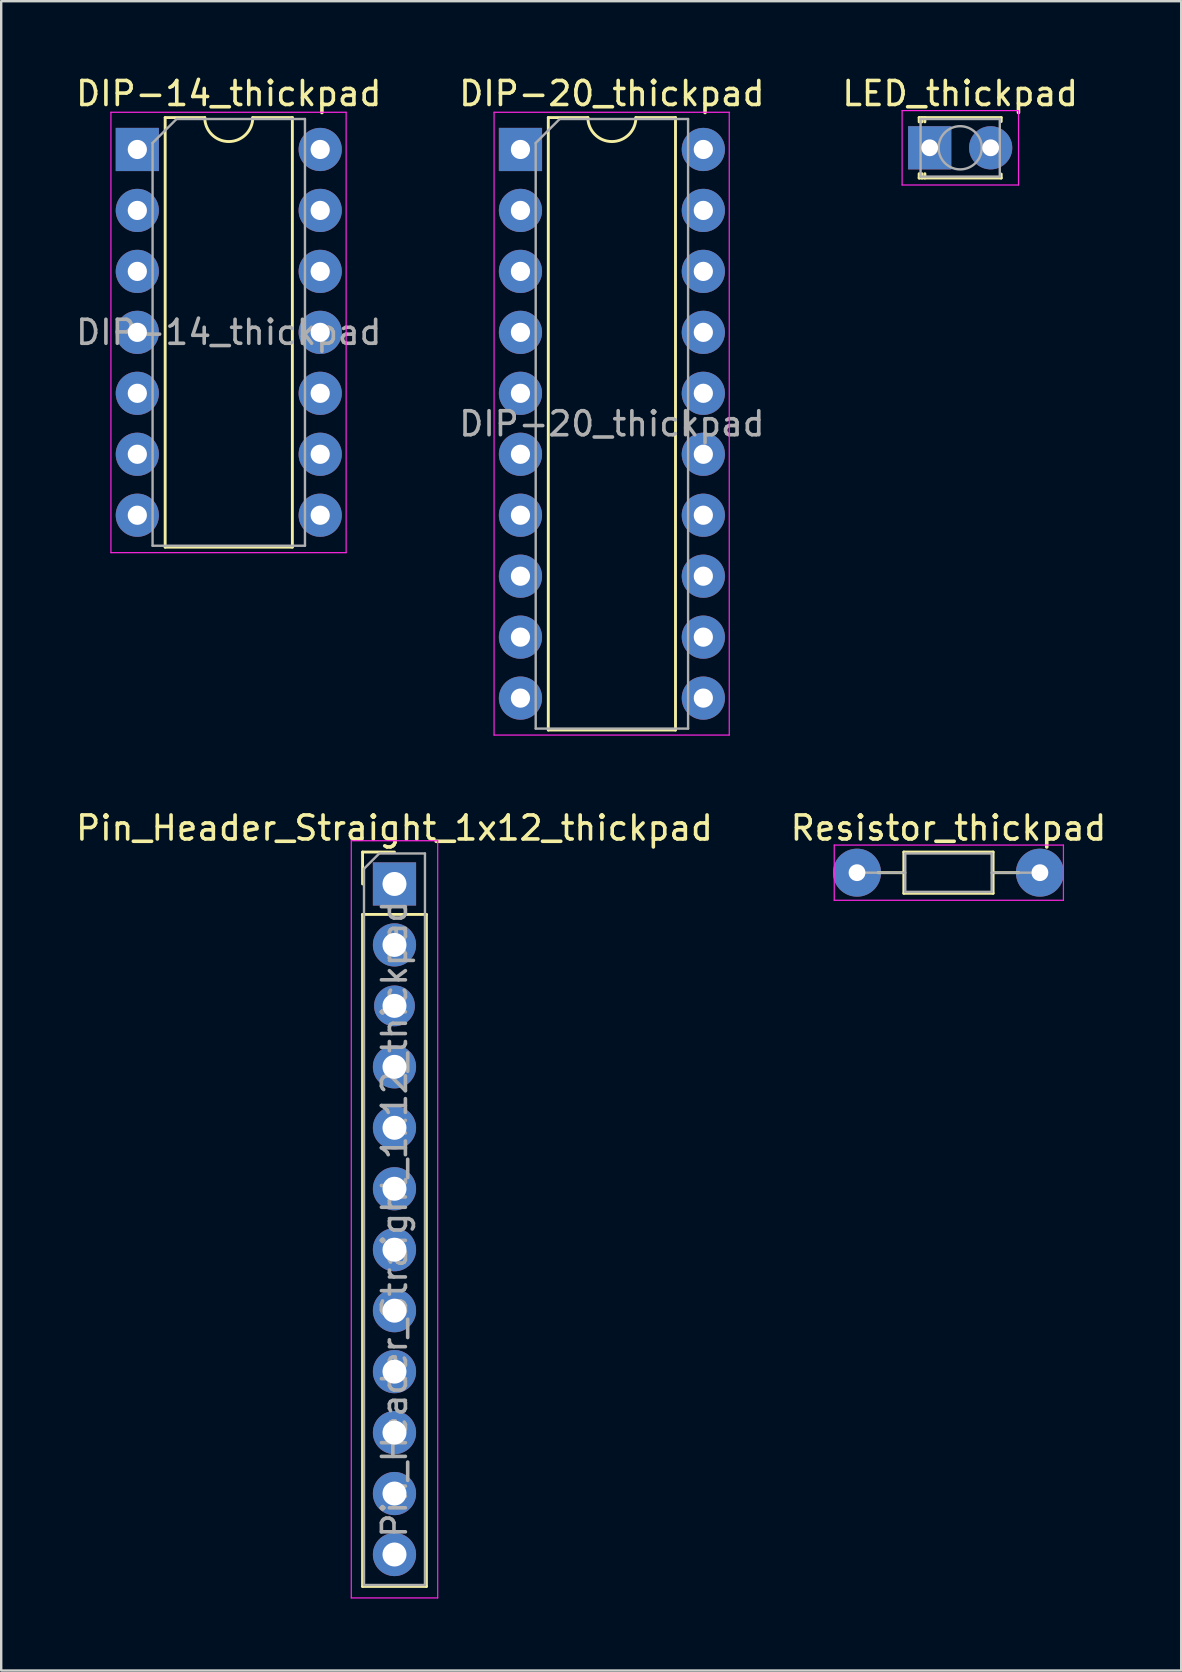
<source format=kicad_pcb>
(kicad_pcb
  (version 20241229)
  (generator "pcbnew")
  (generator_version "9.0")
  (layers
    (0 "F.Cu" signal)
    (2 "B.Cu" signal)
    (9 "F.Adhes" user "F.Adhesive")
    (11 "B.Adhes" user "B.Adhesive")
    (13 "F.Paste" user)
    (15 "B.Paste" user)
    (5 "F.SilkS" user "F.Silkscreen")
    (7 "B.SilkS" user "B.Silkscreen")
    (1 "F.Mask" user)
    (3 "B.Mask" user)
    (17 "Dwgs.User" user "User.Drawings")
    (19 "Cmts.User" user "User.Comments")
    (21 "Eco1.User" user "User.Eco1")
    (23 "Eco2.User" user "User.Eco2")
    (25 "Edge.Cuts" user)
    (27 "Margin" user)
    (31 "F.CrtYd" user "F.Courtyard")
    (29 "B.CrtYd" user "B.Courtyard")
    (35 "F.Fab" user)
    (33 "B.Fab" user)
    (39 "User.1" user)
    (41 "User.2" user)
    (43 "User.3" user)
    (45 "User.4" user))
  (footprint "DIP-20_thickpad"
    (layer "F.Cu")
    (at 18.636 3.178)
    (property "Reference" "DIP-20_thickpad" (at 3.81 -2.33 0) (layer "F.SilkS") (effects (font (size 1 1) (thickness 0.15))))
    (attr through_hole)
    (fp_line (start 1.16 -1.33) (end 1.16 24.19) (stroke (width 0.12) (type solid)) (layer "F.SilkS"))
    (fp_line (start 1.16 24.19) (end 6.46 24.19) (stroke (width 0.12) (type solid)) (layer "F.SilkS"))
    (fp_line (start 2.81 -1.33) (end 1.16 -1.33) (stroke (width 0.12) (type solid)) (layer "F.SilkS"))
    (fp_line (start 6.46 -1.33) (end 4.81 -1.33) (stroke (width 0.12) (type solid)) (layer "F.SilkS"))
    (fp_line (start 6.46 24.19) (end 6.46 -1.33) (stroke (width 0.12) (type solid)) (layer "F.SilkS"))
    (fp_arc (start 4.81 -1.33) (mid 3.81 -0.33) (end 2.81 -1.33) (stroke (width 0.12) (type solid)) (layer "F.SilkS"))
    (fp_line (start -1.1 -1.55) (end -1.1 24.4) (stroke (width 0.05) (type solid)) (layer "F.CrtYd"))
    (fp_line (start -1.1 24.4) (end 8.7 24.4) (stroke (width 0.05) (type solid)) (layer "F.CrtYd"))
    (fp_line (start 8.7 -1.55) (end -1.1 -1.55) (stroke (width 0.05) (type solid)) (layer "F.CrtYd"))
    (fp_line (start 8.7 24.4) (end 8.7 -1.55) (stroke (width 0.05) (type solid)) (layer "F.CrtYd"))
    (fp_line (start 0.635 -0.27) (end 1.635 -1.27) (stroke (width 0.1) (type solid)) (layer "F.Fab"))
    (fp_line (start 0.635 24.13) (end 0.635 -0.27) (stroke (width 0.1) (type solid)) (layer "F.Fab"))
    (fp_line (start 1.635 -1.27) (end 6.985 -1.27) (stroke (width 0.1) (type solid)) (layer "F.Fab"))
    (fp_line (start 6.985 -1.27) (end 6.985 24.13) (stroke (width 0.1) (type solid)) (layer "F.Fab"))
    (fp_line (start 6.985 24.13) (end 0.635 24.13) (stroke (width 0.1) (type solid)) (layer "F.Fab"))
    (fp_text user "${REFERENCE}" (at 3.81 11.43 0) (layer "F.Fab") (effects (font (size 1 1) (thickness 0.15))))
    (pad "1" thru_hole rect (at 0 0) (size 1.8 1.8) (drill 0.8) (layers "*.Cu" "*.Mask"))
    (pad "2" thru_hole oval (at 0 2.54) (size 1.8 1.8) (drill 0.8) (layers "*.Cu" "*.Mask"))
    (pad "3" thru_hole oval (at 0 5.08) (size 1.8 1.8) (drill 0.8) (layers "*.Cu" "*.Mask"))
    (pad "4" thru_hole oval (at 0 7.62) (size 1.8 1.8) (drill 0.8) (layers "*.Cu" "*.Mask"))
    (pad "5" thru_hole oval (at 0 10.16) (size 1.8 1.8) (drill 0.8) (layers "*.Cu" "*.Mask"))
    (pad "6" thru_hole oval (at 0 12.7) (size 1.8 1.8) (drill 0.8) (layers "*.Cu" "*.Mask"))
    (pad "7" thru_hole oval (at 0 15.24) (size 1.8 1.8) (drill 0.8) (layers "*.Cu" "*.Mask"))
    (pad "8" thru_hole oval (at 0 17.78) (size 1.8 1.8) (drill 0.8) (layers "*.Cu" "*.Mask"))
    (pad "9" thru_hole oval (at 0 20.32) (size 1.8 1.8) (drill 0.8) (layers "*.Cu" "*.Mask"))
    (pad "10" thru_hole oval (at 0 22.86) (size 1.8 1.8) (drill 0.8) (layers "*.Cu" "*.Mask"))
    (pad "11" thru_hole oval (at 7.62 22.86) (size 1.8 1.8) (drill 0.8) (layers "*.Cu" "*.Mask"))
    (pad "12" thru_hole oval (at 7.62 20.32) (size 1.8 1.8) (drill 0.8) (layers "*.Cu" "*.Mask"))
    (pad "13" thru_hole oval (at 7.62 17.78) (size 1.8 1.8) (drill 0.8) (layers "*.Cu" "*.Mask"))
    (pad "14" thru_hole oval (at 7.62 15.24) (size 1.8 1.8) (drill 0.8) (layers "*.Cu" "*.Mask"))
    (pad "15" thru_hole oval (at 7.62 12.7) (size 1.8 1.8) (drill 0.8) (layers "*.Cu" "*.Mask"))
    (pad "16" thru_hole oval (at 7.62 10.16) (size 1.8 1.8) (drill 0.8) (layers "*.Cu" "*.Mask"))
    (pad "17" thru_hole oval (at 7.62 7.62) (size 1.8 1.8) (drill 0.8) (layers "*.Cu" "*.Mask"))
    (pad "18" thru_hole oval (at 7.62 5.08) (size 1.8 1.8) (drill 0.8) (layers "*.Cu" "*.Mask"))
    (pad "19" thru_hole oval (at 7.62 2.54) (size 1.8 1.8) (drill 0.8) (layers "*.Cu" "*.Mask"))
    (pad "20" thru_hole oval (at 7.62 0) (size 1.8 1.8) (drill 0.8) (layers "*.Cu" "*.Mask")))
  (footprint "LED_thickpad"
    (layer "F.Cu")
    (at 35.688 3.108)
    (property "Reference" "LED_thickpad" (at 1.27 -2.26 0) (layer "F.SilkS") (effects (font (size 1 1) (thickness 0.15))))
    (attr through_hole)
    (fp_line (start -0.44 -1.26) (end -0.44 -1.08) (stroke (width 0.12) (type solid)) (layer "F.SilkS"))
    (fp_line (start -0.44 -1.26) (end 2.98 -1.26) (stroke (width 0.12) (type solid)) (layer "F.SilkS"))
    (fp_line (start -0.44 1.08) (end -0.44 1.26) (stroke (width 0.12) (type solid)) (layer "F.SilkS"))
    (fp_line (start -0.44 1.26) (end 2.98 1.26) (stroke (width 0.12) (type solid)) (layer "F.SilkS"))
    (fp_line (start -0.32 -1.26) (end -0.32 -1.08) (stroke (width 0.12) (type solid)) (layer "F.SilkS"))
    (fp_line (start -0.32 1.08) (end -0.32 1.26) (stroke (width 0.12) (type solid)) (layer "F.SilkS"))
    (fp_line (start -0.2 -1.26) (end -0.2 -1.08) (stroke (width 0.12) (type solid)) (layer "F.SilkS"))
    (fp_line (start -0.2 1.08) (end -0.2 1.26) (stroke (width 0.12) (type solid)) (layer "F.SilkS"))
    (fp_line (start 2.98 -1.26) (end 2.98 -1.095) (stroke (width 0.12) (type solid)) (layer "F.SilkS"))
    (fp_line (start 2.98 1.095) (end 2.98 1.26) (stroke (width 0.12) (type solid)) (layer "F.SilkS"))
    (fp_line (start -1.15 -1.55) (end -1.15 1.55) (stroke (width 0.05) (type solid)) (layer "F.CrtYd"))
    (fp_line (start -1.15 1.55) (end 3.7 1.55) (stroke (width 0.05) (type solid)) (layer "F.CrtYd"))
    (fp_line (start 3.7 -1.55) (end -1.15 -1.55) (stroke (width 0.05) (type solid)) (layer "F.CrtYd"))
    (fp_line (start 3.7 1.55) (end 3.7 -1.55) (stroke (width 0.05) (type solid)) (layer "F.CrtYd"))
    (fp_line (start -0.38 -1.2) (end -0.38 1.2) (stroke (width 0.1) (type solid)) (layer "F.Fab"))
    (fp_line (start -0.38 1.2) (end 2.92 1.2) (stroke (width 0.1) (type solid)) (layer "F.Fab"))
    (fp_line (start 2.92 -1.2) (end -0.38 -1.2) (stroke (width 0.1) (type solid)) (layer "F.Fab"))
    (fp_line (start 2.92 1.2) (end 2.92 -1.2) (stroke (width 0.1) (type solid)) (layer "F.Fab"))
    (fp_circle (center 1.27 0) (end 2.17 0) (stroke (width 0.1) (type solid)) (fill no) (layer "F.Fab"))
    (pad "1" thru_hole rect (at 0 0) (size 1.8 1.8) (drill 0.7) (layers "*.Cu" "*.Mask"))
    (pad "2" thru_hole circle (at 2.54 0) (size 1.8 1.8) (drill 0.7) (layers "*.Cu" "*.Mask")))
  (footprint "Pin_Header_Straight_1x12_thickpad"
    (layer "F.Cu")
    (at 13.387 33.782)
    (property "Reference" "Pin_Header_Straight_1x12_thickpad" (at 0 -2.33 0) (layer "F.SilkS") (effects (font (size 1 1) (thickness 0.15))))
    (attr through_hole)
    (fp_line (start -1.33 -1.33) (end 0 -1.33) (stroke (width 0.12) (type solid)) (layer "F.SilkS"))
    (fp_line (start -1.33 0) (end -1.33 -1.33) (stroke (width 0.12) (type solid)) (layer "F.SilkS"))
    (fp_line (start -1.33 1.27) (end -1.33 29.27) (stroke (width 0.12) (type solid)) (layer "F.SilkS"))
    (fp_line (start -1.33 1.27) (end 1.33 1.27) (stroke (width 0.12) (type solid)) (layer "F.SilkS"))
    (fp_line (start -1.33 29.27) (end 1.33 29.27) (stroke (width 0.12) (type solid)) (layer "F.SilkS"))
    (fp_line (start 1.33 1.27) (end 1.33 29.27) (stroke (width 0.12) (type solid)) (layer "F.SilkS"))
    (fp_line (start -1.8 -1.8) (end -1.8 29.75) (stroke (width 0.05) (type solid)) (layer "F.CrtYd"))
    (fp_line (start -1.8 29.75) (end 1.8 29.75) (stroke (width 0.05) (type solid)) (layer "F.CrtYd"))
    (fp_line (start 1.8 -1.8) (end -1.8 -1.8) (stroke (width 0.05) (type solid)) (layer "F.CrtYd"))
    (fp_line (start 1.8 29.75) (end 1.8 -1.8) (stroke (width 0.05) (type solid)) (layer "F.CrtYd"))
    (fp_line (start -1.27 -0.635) (end -0.635 -1.27) (stroke (width 0.1) (type solid)) (layer "F.Fab"))
    (fp_line (start -1.27 29.21) (end -1.27 -0.635) (stroke (width 0.1) (type solid)) (layer "F.Fab"))
    (fp_line (start -0.635 -1.27) (end 1.27 -1.27) (stroke (width 0.1) (type solid)) (layer "F.Fab"))
    (fp_line (start 1.27 -1.27) (end 1.27 29.21) (stroke (width 0.1) (type solid)) (layer "F.Fab"))
    (fp_line (start 1.27 29.21) (end -1.27 29.21) (stroke (width 0.1) (type solid)) (layer "F.Fab"))
    (fp_text user "${REFERENCE}" (at 0 13.97 90) (layer "F.Fab") (effects (font (size 1 1) (thickness 0.15))))
    (pad "1" thru_hole rect (at 0 0) (size 1.8 1.8) (drill 1) (layers "*.Cu" "*.Mask"))
    (pad "2" thru_hole oval (at 0 2.54) (size 1.8 1.8) (drill 1) (layers "*.Cu" "*.Mask"))
    (pad "3" thru_hole oval (at 0 5.08) (size 1.7 1.7) (drill 1) (layers "*.Cu" "*.Mask"))
    (pad "4" thru_hole oval (at 0 7.62) (size 1.8 1.8) (drill 1) (layers "*.Cu" "*.Mask"))
    (pad "5" thru_hole oval (at 0 10.16) (size 1.8 1.8) (drill 1) (layers "*.Cu" "*.Mask"))
    (pad "6" thru_hole oval (at 0 12.7) (size 1.8 1.8) (drill 1) (layers "*.Cu" "*.Mask"))
    (pad "7" thru_hole oval (at 0 15.24) (size 1.8 1.8) (drill 1) (layers "*.Cu" "*.Mask"))
    (pad "8" thru_hole oval (at 0 17.78) (size 1.8 1.8) (drill 1) (layers "*.Cu" "*.Mask"))
    (pad "9" thru_hole oval (at 0 20.32) (size 1.8 1.8) (drill 1) (layers "*.Cu" "*.Mask"))
    (pad "10" thru_hole oval (at 0 22.86) (size 1.8 1.8) (drill 1) (layers "*.Cu" "*.Mask"))
    (pad "11" thru_hole oval (at 0 25.4) (size 1.8 1.8) (drill 1) (layers "*.Cu" "*.Mask"))
    (pad "12" thru_hole oval (at 0 27.94) (size 1.8 1.8) (drill 1) (layers "*.Cu" "*.Mask")))
  (footprint "DIP-14_thickpad"
    (layer "F.Cu")
    (at 2.672 3.178)
    (property "Reference" "DIP-14_thickpad" (at 3.81 -2.33 0) (layer "F.SilkS") (effects (font (size 1 1) (thickness 0.15))))
    (attr through_hole)
    (fp_line (start 1.16 -1.33) (end 1.16 16.57) (stroke (width 0.12) (type solid)) (layer "F.SilkS"))
    (fp_line (start 1.16 16.57) (end 6.46 16.57) (stroke (width 0.12) (type solid)) (layer "F.SilkS"))
    (fp_line (start 2.81 -1.33) (end 1.16 -1.33) (stroke (width 0.12) (type solid)) (layer "F.SilkS"))
    (fp_line (start 6.46 -1.33) (end 4.81 -1.33) (stroke (width 0.12) (type solid)) (layer "F.SilkS"))
    (fp_line (start 6.46 16.57) (end 6.46 -1.33) (stroke (width 0.12) (type solid)) (layer "F.SilkS"))
    (fp_arc (start 4.81 -1.33) (mid 3.81 -0.33) (end 2.81 -1.33) (stroke (width 0.12) (type solid)) (layer "F.SilkS"))
    (fp_line (start -1.1 -1.55) (end -1.1 16.8) (stroke (width 0.05) (type solid)) (layer "F.CrtYd"))
    (fp_line (start -1.1 16.8) (end 8.7 16.8) (stroke (width 0.05) (type solid)) (layer "F.CrtYd"))
    (fp_line (start 8.7 -1.55) (end -1.1 -1.55) (stroke (width 0.05) (type solid)) (layer "F.CrtYd"))
    (fp_line (start 8.7 16.8) (end 8.7 -1.55) (stroke (width 0.05) (type solid)) (layer "F.CrtYd"))
    (fp_line (start 0.635 -0.27) (end 1.635 -1.27) (stroke (width 0.1) (type solid)) (layer "F.Fab"))
    (fp_line (start 0.635 16.51) (end 0.635 -0.27) (stroke (width 0.1) (type solid)) (layer "F.Fab"))
    (fp_line (start 1.635 -1.27) (end 6.985 -1.27) (stroke (width 0.1) (type solid)) (layer "F.Fab"))
    (fp_line (start 6.985 -1.27) (end 6.985 16.51) (stroke (width 0.1) (type solid)) (layer "F.Fab"))
    (fp_line (start 6.985 16.51) (end 0.635 16.51) (stroke (width 0.1) (type solid)) (layer "F.Fab"))
    (fp_text user "${REFERENCE}" (at 3.81 7.62 0) (layer "F.Fab") (effects (font (size 1 1) (thickness 0.15))))
    (pad "1" thru_hole rect (at 0 0) (size 1.8 1.8) (drill 0.8) (layers "*.Cu" "*.Mask"))
    (pad "2" thru_hole oval (at 0 2.54) (size 1.8 1.8) (drill 0.8) (layers "*.Cu" "*.Mask"))
    (pad "3" thru_hole oval (at 0 5.08) (size 1.8 1.8) (drill 0.8) (layers "*.Cu" "*.Mask"))
    (pad "4" thru_hole oval (at 0 7.62) (size 1.8 1.8) (drill 0.8) (layers "*.Cu" "*.Mask"))
    (pad "5" thru_hole oval (at 0 10.16) (size 1.8 1.8) (drill 0.8) (layers "*.Cu" "*.Mask"))
    (pad "6" thru_hole oval (at 0 12.7) (size 1.8 1.8) (drill 0.8) (layers "*.Cu" "*.Mask"))
    (pad "7" thru_hole oval (at 0 15.24) (size 1.8 1.8) (drill 0.8) (layers "*.Cu" "*.Mask"))
    (pad "8" thru_hole oval (at 7.62 15.24) (size 1.8 1.8) (drill 0.8) (layers "*.Cu" "*.Mask"))
    (pad "9" thru_hole oval (at 7.62 12.7) (size 1.8 1.8) (drill 0.8) (layers "*.Cu" "*.Mask"))
    (pad "10" thru_hole oval (at 7.62 10.16) (size 1.8 1.8) (drill 0.8) (layers "*.Cu" "*.Mask"))
    (pad "11" thru_hole oval (at 7.62 7.62) (size 1.8 1.8) (drill 0.8) (layers "*.Cu" "*.Mask"))
    (pad "12" thru_hole oval (at 7.62 5.08) (size 1.8 1.8) (drill 0.8) (layers "*.Cu" "*.Mask"))
    (pad "13" thru_hole oval (at 7.62 2.54) (size 1.8 1.8) (drill 0.8) (layers "*.Cu" "*.Mask"))
    (pad "14" thru_hole oval (at 7.62 0) (size 1.8 1.8) (drill 0.8) (layers "*.Cu" "*.Mask")))
  (footprint "Resistor_thickpad"
    (layer "F.Cu")
    (at 32.66 33.312)
    (property "Reference" "Resistor_thickpad" (at 3.81 -1.86 0) (layer "F.SilkS") (effects (font (size 1 1) (thickness 0.15))))
    (attr through_hole)
    (fp_line (start 0.88 0) (end 1.95 0) (stroke (width 0.12) (type solid)) (layer "F.SilkS"))
    (fp_line (start 1.95 -0.86) (end 1.95 0.86) (stroke (width 0.12) (type solid)) (layer "F.SilkS"))
    (fp_line (start 1.95 0.86) (end 5.67 0.86) (stroke (width 0.12) (type solid)) (layer "F.SilkS"))
    (fp_line (start 5.67 -0.86) (end 1.95 -0.86) (stroke (width 0.12) (type solid)) (layer "F.SilkS"))
    (fp_line (start 5.67 0.86) (end 5.67 -0.86) (stroke (width 0.12) (type solid)) (layer "F.SilkS"))
    (fp_line (start 6.74 0) (end 5.67 0) (stroke (width 0.12) (type solid)) (layer "F.SilkS"))
    (fp_line (start -0.95 -1.15) (end -0.95 1.15) (stroke (width 0.05) (type solid)) (layer "F.CrtYd"))
    (fp_line (start -0.95 1.15) (end 8.6 1.15) (stroke (width 0.05) (type solid)) (layer "F.CrtYd"))
    (fp_line (start 8.6 -1.15) (end -0.95 -1.15) (stroke (width 0.05) (type solid)) (layer "F.CrtYd"))
    (fp_line (start 8.6 1.15) (end 8.6 -1.15) (stroke (width 0.05) (type solid)) (layer "F.CrtYd"))
    (fp_line (start 0 0) (end 2.01 0) (stroke (width 0.1) (type solid)) (layer "F.Fab"))
    (fp_line (start 2.01 -0.8) (end 2.01 0.8) (stroke (width 0.1) (type solid)) (layer "F.Fab"))
    (fp_line (start 2.01 0.8) (end 5.61 0.8) (stroke (width 0.1) (type solid)) (layer "F.Fab"))
    (fp_line (start 5.61 -0.8) (end 2.01 -0.8) (stroke (width 0.1) (type solid)) (layer "F.Fab"))
    (fp_line (start 5.61 0.8) (end 5.61 -0.8) (stroke (width 0.1) (type solid)) (layer "F.Fab"))
    (fp_line (start 7.62 0) (end 5.61 0) (stroke (width 0.1) (type solid)) (layer "F.Fab"))
    (pad "1" thru_hole circle (at 0 0) (size 2 2) (drill 0.7) (layers "*.Cu" "*.Mask"))
    (pad "2" thru_hole oval (at 7.62 0) (size 2 2) (drill 0.7) (layers "*.Cu" "*.Mask")))
  (gr_rect
    (start -3 -3)
    (end 46.167 66.556)
    (stroke (width 0.1) (type default))
    (fill no)
    (layer "Edge.Cuts")))
</source>
